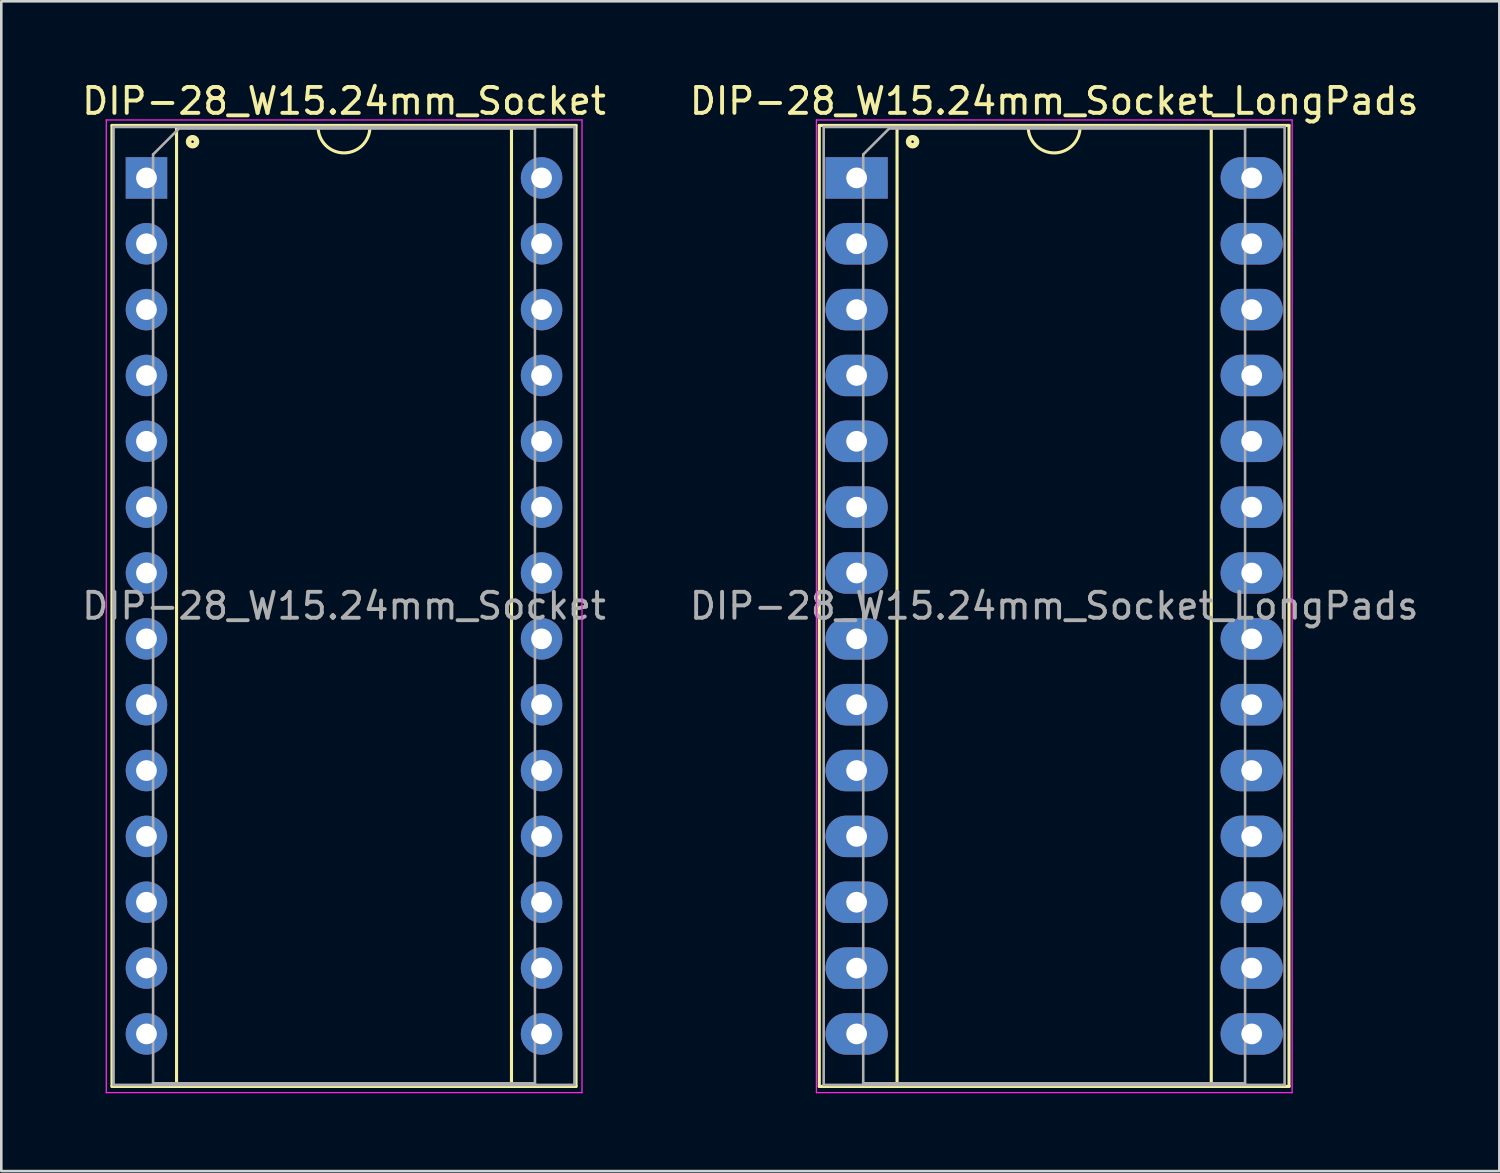
<source format=kicad_pcb>
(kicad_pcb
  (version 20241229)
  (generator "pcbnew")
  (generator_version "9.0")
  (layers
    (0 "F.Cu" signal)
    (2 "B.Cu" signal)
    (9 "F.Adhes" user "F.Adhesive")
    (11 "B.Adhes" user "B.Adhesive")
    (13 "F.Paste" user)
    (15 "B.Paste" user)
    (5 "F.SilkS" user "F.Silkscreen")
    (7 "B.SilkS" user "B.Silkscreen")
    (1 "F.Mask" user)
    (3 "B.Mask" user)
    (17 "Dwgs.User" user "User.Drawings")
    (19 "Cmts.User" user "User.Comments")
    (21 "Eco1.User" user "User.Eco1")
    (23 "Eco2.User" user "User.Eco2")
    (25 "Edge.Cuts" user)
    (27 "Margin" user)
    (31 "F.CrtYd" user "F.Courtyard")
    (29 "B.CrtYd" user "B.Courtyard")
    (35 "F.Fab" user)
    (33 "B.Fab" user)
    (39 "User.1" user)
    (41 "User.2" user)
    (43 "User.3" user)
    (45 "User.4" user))
  (footprint "DIP-28_W15.24mm_Socket_LongPads"
    (layer "F.Cu")
    (at 29.993 3.813)
    (property "Reference" "DIP-28_W15.24mm_Socket_LongPads" (at 7.62 -2.965 0) (layer "F.SilkS") (effects (font (size 1 1) (thickness 0.15))))
    (attr through_hole)
    (fp_line (start -1.44 -2.025) (end -1.44 35.045) (stroke (width 0.12) (type solid)) (layer "F.SilkS"))
    (fp_line (start -1.44 35.045) (end 16.68 35.045) (stroke (width 0.12) (type solid)) (layer "F.SilkS"))
    (fp_line (start 1.56 -1.965) (end 1.56 34.985) (stroke (width 0.12) (type solid)) (layer "F.SilkS"))
    (fp_line (start 1.56 34.985) (end 13.68 34.985) (stroke (width 0.12) (type solid)) (layer "F.SilkS"))
    (fp_line (start 6.62 -1.965) (end 1.56 -1.965) (stroke (width 0.12) (type solid)) (layer "F.SilkS"))
    (fp_line (start 13.68 -1.965) (end 8.62 -1.965) (stroke (width 0.12) (type solid)) (layer "F.SilkS"))
    (fp_line (start 13.68 34.985) (end 13.68 -1.965) (stroke (width 0.12) (type solid)) (layer "F.SilkS"))
    (fp_line (start 16.68 -2.025) (end -1.44 -2.025) (stroke (width 0.12) (type solid)) (layer "F.SilkS"))
    (fp_line (start 16.68 35.045) (end 16.68 -2.025) (stroke (width 0.12) (type solid)) (layer "F.SilkS"))
    (fp_arc (start 8.62 -1.965) (mid 7.62 -0.965) (end 6.62 -1.965) (stroke (width 0.12) (type solid)) (layer "F.SilkS"))
    (fp_circle (center 2.159 -1.397) (end 2.209 -1.397) (stroke (width 0.12) (type solid)) (fill no) (layer "F.SilkS"))
    (fp_circle (center 2.159 -1.397) (end 2.284 -1.397) (stroke (width 0.12) (type solid)) (fill no) (layer "F.SilkS"))
    (fp_circle (center 2.159 -1.397) (end 2.359 -1.397) (stroke (width 0.12) (type solid)) (fill no) (layer "F.SilkS"))
    (fp_line (start -1.55 -2.235) (end -1.55 35.285) (stroke (width 0.05) (type solid)) (layer "F.CrtYd"))
    (fp_line (start -1.55 35.285) (end 16.8 35.285) (stroke (width 0.05) (type solid)) (layer "F.CrtYd"))
    (fp_line (start 16.8 -2.235) (end -1.55 -2.235) (stroke (width 0.05) (type solid)) (layer "F.CrtYd"))
    (fp_line (start 16.8 35.285) (end 16.8 -2.235) (stroke (width 0.05) (type solid)) (layer "F.CrtYd"))
    (fp_line (start -1.27 -1.965) (end -1.27 34.985) (stroke (width 0.1) (type solid)) (layer "F.Fab"))
    (fp_line (start -1.27 34.985) (end 16.51 34.985) (stroke (width 0.1) (type solid)) (layer "F.Fab"))
    (fp_line (start 0.255 -0.905) (end 1.255 -1.905) (stroke (width 0.1) (type solid)) (layer "F.Fab"))
    (fp_line (start 0.255 34.925) (end 0.255 -0.905) (stroke (width 0.1) (type solid)) (layer "F.Fab"))
    (fp_line (start 1.255 -1.905) (end 14.985 -1.905) (stroke (width 0.1) (type solid)) (layer "F.Fab"))
    (fp_line (start 14.985 -1.905) (end 14.985 34.925) (stroke (width 0.1) (type solid)) (layer "F.Fab"))
    (fp_line (start 14.985 34.925) (end 0.255 34.925) (stroke (width 0.1) (type solid)) (layer "F.Fab"))
    (fp_line (start 16.51 -1.965) (end -1.27 -1.965) (stroke (width 0.1) (type solid)) (layer "F.Fab"))
    (fp_line (start 16.51 34.985) (end 16.51 -1.965) (stroke (width 0.1) (type solid)) (layer "F.Fab"))
    (fp_text user "${REFERENCE}" (at 7.62 16.51 0) (layer "F.Fab") (effects (font (size 1 1) (thickness 0.15))))
    (pad "1" thru_hole rect (at 0 0) (size 2.4 1.6) (drill 0.8) (layers "*.Cu" "*.Mask"))
    (pad "2" thru_hole oval (at 0 2.54) (size 2.4 1.6) (drill 0.8) (layers "*.Cu" "*.Mask"))
    (pad "3" thru_hole oval (at 0 5.08) (size 2.4 1.6) (drill 0.8) (layers "*.Cu" "*.Mask"))
    (pad "4" thru_hole oval (at 0 7.62) (size 2.4 1.6) (drill 0.8) (layers "*.Cu" "*.Mask"))
    (pad "5" thru_hole oval (at 0 10.16) (size 2.4 1.6) (drill 0.8) (layers "*.Cu" "*.Mask"))
    (pad "6" thru_hole oval (at 0 12.7) (size 2.4 1.6) (drill 0.8) (layers "*.Cu" "*.Mask"))
    (pad "7" thru_hole oval (at 0 15.24) (size 2.4 1.6) (drill 0.8) (layers "*.Cu" "*.Mask"))
    (pad "8" thru_hole oval (at 0 17.78) (size 2.4 1.6) (drill 0.8) (layers "*.Cu" "*.Mask"))
    (pad "9" thru_hole oval (at 0 20.32) (size 2.4 1.6) (drill 0.8) (layers "*.Cu" "*.Mask"))
    (pad "10" thru_hole oval (at 0 22.86) (size 2.4 1.6) (drill 0.8) (layers "*.Cu" "*.Mask"))
    (pad "11" thru_hole oval (at 0 25.4) (size 2.4 1.6) (drill 0.8) (layers "*.Cu" "*.Mask"))
    (pad "12" thru_hole oval (at 0 27.94) (size 2.4 1.6) (drill 0.8) (layers "*.Cu" "*.Mask"))
    (pad "13" thru_hole oval (at 0 30.48) (size 2.4 1.6) (drill 0.8) (layers "*.Cu" "*.Mask"))
    (pad "14" thru_hole oval (at 0 33.02) (size 2.4 1.6) (drill 0.8) (layers "*.Cu" "*.Mask"))
    (pad "15" thru_hole oval (at 15.24 33.02) (size 2.4 1.6) (drill 0.8) (layers "*.Cu" "*.Mask"))
    (pad "16" thru_hole oval (at 15.24 30.48) (size 2.4 1.6) (drill 0.8) (layers "*.Cu" "*.Mask"))
    (pad "17" thru_hole oval (at 15.24 27.94) (size 2.4 1.6) (drill 0.8) (layers "*.Cu" "*.Mask"))
    (pad "18" thru_hole oval (at 15.24 25.4) (size 2.4 1.6) (drill 0.8) (layers "*.Cu" "*.Mask"))
    (pad "19" thru_hole oval (at 15.24 22.86) (size 2.4 1.6) (drill 0.8) (layers "*.Cu" "*.Mask"))
    (pad "20" thru_hole oval (at 15.24 20.32) (size 2.4 1.6) (drill 0.8) (layers "*.Cu" "*.Mask"))
    (pad "21" thru_hole oval (at 15.24 17.78) (size 2.4 1.6) (drill 0.8) (layers "*.Cu" "*.Mask"))
    (pad "22" thru_hole oval (at 15.24 15.24) (size 2.4 1.6) (drill 0.8) (layers "*.Cu" "*.Mask"))
    (pad "23" thru_hole oval (at 15.24 12.7) (size 2.4 1.6) (drill 0.8) (layers "*.Cu" "*.Mask"))
    (pad "24" thru_hole oval (at 15.24 10.16) (size 2.4 1.6) (drill 0.8) (layers "*.Cu" "*.Mask"))
    (pad "25" thru_hole oval (at 15.24 7.62) (size 2.4 1.6) (drill 0.8) (layers "*.Cu" "*.Mask"))
    (pad "26" thru_hole oval (at 15.24 5.08) (size 2.4 1.6) (drill 0.8) (layers "*.Cu" "*.Mask"))
    (pad "27" thru_hole oval (at 15.24 2.54) (size 2.4 1.6) (drill 0.8) (layers "*.Cu" "*.Mask"))
    (pad "28" thru_hole oval (at 15.24 0) (size 2.4 1.6) (drill 0.8) (layers "*.Cu" "*.Mask")))
  (footprint "DIP-28_W15.24mm_Socket"
    (layer "F.Cu")
    (at 2.6 3.813)
    (property "Reference" "DIP-28_W15.24mm_Socket" (at 7.62 -2.965 0) (layer "F.SilkS") (effects (font (size 1 1) (thickness 0.15))))
    (attr through_hole)
    (fp_line (start -1.33 -2.025) (end -1.33 35.045) (stroke (width 0.12) (type solid)) (layer "F.SilkS"))
    (fp_line (start -1.33 35.045) (end 16.57 35.045) (stroke (width 0.12) (type solid)) (layer "F.SilkS"))
    (fp_line (start 1.16 -1.965) (end 1.16 34.985) (stroke (width 0.12) (type solid)) (layer "F.SilkS"))
    (fp_line (start 1.16 34.985) (end 14.08 34.985) (stroke (width 0.12) (type solid)) (layer "F.SilkS"))
    (fp_line (start 6.62 -1.965) (end 1.16 -1.965) (stroke (width 0.12) (type solid)) (layer "F.SilkS"))
    (fp_line (start 14.08 -1.965) (end 8.62 -1.965) (stroke (width 0.12) (type solid)) (layer "F.SilkS"))
    (fp_line (start 14.08 34.985) (end 14.08 -1.965) (stroke (width 0.12) (type solid)) (layer "F.SilkS"))
    (fp_line (start 16.57 -2.025) (end -1.33 -2.025) (stroke (width 0.12) (type solid)) (layer "F.SilkS"))
    (fp_line (start 16.57 35.045) (end 16.57 -2.025) (stroke (width 0.12) (type solid)) (layer "F.SilkS"))
    (fp_arc (start 8.62 -1.965) (mid 7.62 -0.965) (end 6.62 -1.965) (stroke (width 0.12) (type solid)) (layer "F.SilkS"))
    (fp_circle (center 1.778 -1.397) (end 1.828 -1.397) (stroke (width 0.12) (type solid)) (fill no) (layer "F.SilkS"))
    (fp_circle (center 1.778 -1.397) (end 1.903 -1.397) (stroke (width 0.12) (type solid)) (fill no) (layer "F.SilkS"))
    (fp_circle (center 1.778 -1.397) (end 1.978 -1.397) (stroke (width 0.12) (type solid)) (fill no) (layer "F.SilkS"))
    (fp_line (start -1.55 -2.235) (end -1.55 35.285) (stroke (width 0.05) (type solid)) (layer "F.CrtYd"))
    (fp_line (start -1.55 35.285) (end 16.8 35.285) (stroke (width 0.05) (type solid)) (layer "F.CrtYd"))
    (fp_line (start 16.8 -2.235) (end -1.55 -2.235) (stroke (width 0.05) (type solid)) (layer "F.CrtYd"))
    (fp_line (start 16.8 35.285) (end 16.8 -2.235) (stroke (width 0.05) (type solid)) (layer "F.CrtYd"))
    (fp_line (start -1.27 -1.965) (end -1.27 34.985) (stroke (width 0.1) (type solid)) (layer "F.Fab"))
    (fp_line (start -1.27 34.985) (end 16.51 34.985) (stroke (width 0.1) (type solid)) (layer "F.Fab"))
    (fp_line (start 0.255 -0.905) (end 1.255 -1.905) (stroke (width 0.1) (type solid)) (layer "F.Fab"))
    (fp_line (start 0.255 34.925) (end 0.255 -0.905) (stroke (width 0.1) (type solid)) (layer "F.Fab"))
    (fp_line (start 1.255 -1.905) (end 14.985 -1.905) (stroke (width 0.1) (type solid)) (layer "F.Fab"))
    (fp_line (start 14.985 -1.905) (end 14.985 34.925) (stroke (width 0.1) (type solid)) (layer "F.Fab"))
    (fp_line (start 14.985 34.925) (end 0.255 34.925) (stroke (width 0.1) (type solid)) (layer "F.Fab"))
    (fp_line (start 16.51 -1.965) (end -1.27 -1.965) (stroke (width 0.1) (type solid)) (layer "F.Fab"))
    (fp_line (start 16.51 34.985) (end 16.51 -1.965) (stroke (width 0.1) (type solid)) (layer "F.Fab"))
    (fp_text user "${REFERENCE}" (at 7.62 16.51 0) (layer "F.Fab") (effects (font (size 1 1) (thickness 0.15))))
    (pad "1" thru_hole rect (at 0 0) (size 1.6 1.6) (drill 0.8) (layers "*.Cu" "*.Mask"))
    (pad "2" thru_hole oval (at 0 2.54) (size 1.6 1.6) (drill 0.8) (layers "*.Cu" "*.Mask"))
    (pad "3" thru_hole oval (at 0 5.08) (size 1.6 1.6) (drill 0.8) (layers "*.Cu" "*.Mask"))
    (pad "4" thru_hole oval (at 0 7.62) (size 1.6 1.6) (drill 0.8) (layers "*.Cu" "*.Mask"))
    (pad "5" thru_hole oval (at 0 10.16) (size 1.6 1.6) (drill 0.8) (layers "*.Cu" "*.Mask"))
    (pad "6" thru_hole oval (at 0 12.7) (size 1.6 1.6) (drill 0.8) (layers "*.Cu" "*.Mask"))
    (pad "7" thru_hole oval (at 0 15.24) (size 1.6 1.6) (drill 0.8) (layers "*.Cu" "*.Mask"))
    (pad "8" thru_hole oval (at 0 17.78) (size 1.6 1.6) (drill 0.8) (layers "*.Cu" "*.Mask"))
    (pad "9" thru_hole oval (at 0 20.32) (size 1.6 1.6) (drill 0.8) (layers "*.Cu" "*.Mask"))
    (pad "10" thru_hole oval (at 0 22.86) (size 1.6 1.6) (drill 0.8) (layers "*.Cu" "*.Mask"))
    (pad "11" thru_hole oval (at 0 25.4) (size 1.6 1.6) (drill 0.8) (layers "*.Cu" "*.Mask"))
    (pad "12" thru_hole oval (at 0 27.94) (size 1.6 1.6) (drill 0.8) (layers "*.Cu" "*.Mask"))
    (pad "13" thru_hole oval (at 0 30.48) (size 1.6 1.6) (drill 0.8) (layers "*.Cu" "*.Mask"))
    (pad "14" thru_hole oval (at 0 33.02) (size 1.6 1.6) (drill 0.8) (layers "*.Cu" "*.Mask"))
    (pad "15" thru_hole oval (at 15.24 33.02) (size 1.6 1.6) (drill 0.8) (layers "*.Cu" "*.Mask"))
    (pad "16" thru_hole oval (at 15.24 30.48) (size 1.6 1.6) (drill 0.8) (layers "*.Cu" "*.Mask"))
    (pad "17" thru_hole oval (at 15.24 27.94) (size 1.6 1.6) (drill 0.8) (layers "*.Cu" "*.Mask"))
    (pad "18" thru_hole oval (at 15.24 25.4) (size 1.6 1.6) (drill 0.8) (layers "*.Cu" "*.Mask"))
    (pad "19" thru_hole oval (at 15.24 22.86) (size 1.6 1.6) (drill 0.8) (layers "*.Cu" "*.Mask"))
    (pad "20" thru_hole oval (at 15.24 20.32) (size 1.6 1.6) (drill 0.8) (layers "*.Cu" "*.Mask"))
    (pad "21" thru_hole oval (at 15.24 17.78) (size 1.6 1.6) (drill 0.8) (layers "*.Cu" "*.Mask"))
    (pad "22" thru_hole oval (at 15.24 15.24) (size 1.6 1.6) (drill 0.8) (layers "*.Cu" "*.Mask"))
    (pad "23" thru_hole oval (at 15.24 12.7) (size 1.6 1.6) (drill 0.8) (layers "*.Cu" "*.Mask"))
    (pad "24" thru_hole oval (at 15.24 10.16) (size 1.6 1.6) (drill 0.8) (layers "*.Cu" "*.Mask"))
    (pad "25" thru_hole oval (at 15.24 7.62) (size 1.6 1.6) (drill 0.8) (layers "*.Cu" "*.Mask"))
    (pad "26" thru_hole oval (at 15.24 5.08) (size 1.6 1.6) (drill 0.8) (layers "*.Cu" "*.Mask"))
    (pad "27" thru_hole oval (at 15.24 2.54) (size 1.6 1.6) (drill 0.8) (layers "*.Cu" "*.Mask"))
    (pad "28" thru_hole oval (at 15.24 0) (size 1.6 1.6) (drill 0.8) (layers "*.Cu" "*.Mask")))
  (gr_rect
    (start -3 -3)
    (end 54.786 42.123)
    (stroke (width 0.1) (type default))
    (fill no)
    (layer "Edge.Cuts")))
</source>
